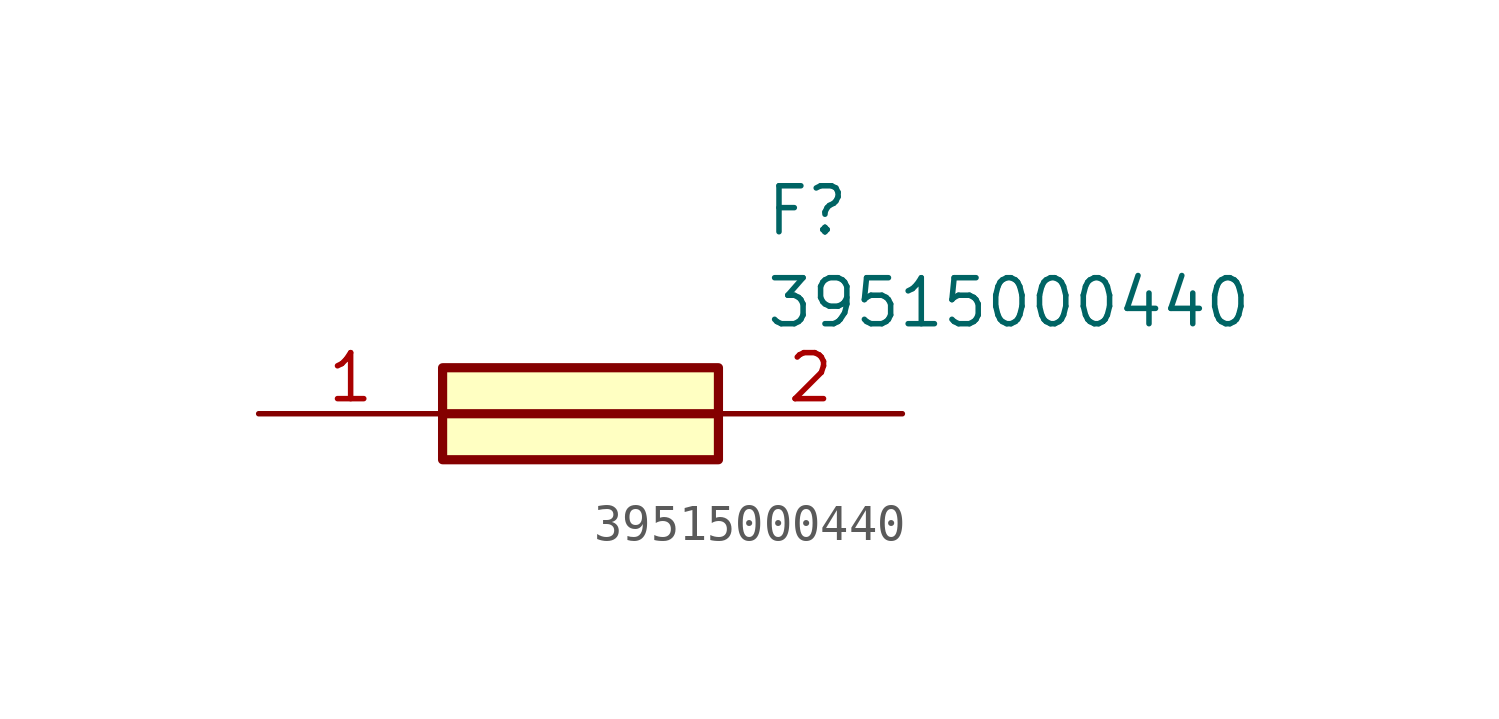
<source format=kicad_sym>
(kicad_symbol_lib
  (version 20211014)
  (generator SamacSys_ECAD_Model)
  (symbol "39515000440"
    (pin_names hide)
    (property "Reference" "F"
      (at 13.97 6.35 0)
      (effects (font (size 1.27 1.27)) (justify left top)))
    (property "Value" "39515000440"
      (at 13.97 3.81 0)
      (effects (font (size 1.27 1.27)) (justify left top)))
    (rectangle
      (start 5.08 1.27)
      (end 12.7 -1.27)
      (stroke (width 0.254) (type default))
      (fill (type background)))
    (polyline
      (pts (xy 5.08 0) (xy 12.7 0))
      (stroke (width 0.254) (type default))
      (fill (type none)))
    (pin passive line
      (at 0 0 0)
      (length 5.08)
      (name "1" (effects (font (size 1.27 1.27))))
      (number "1" (effects (font (size 1.27 1.27)))))
    (pin passive line
      (at 17.78 0 180)
      (length 5.08)
      (name "2" (effects (font (size 1.27 1.27))))
      (number "2" (effects (font (size 1.27 1.27)))))))
</source>
